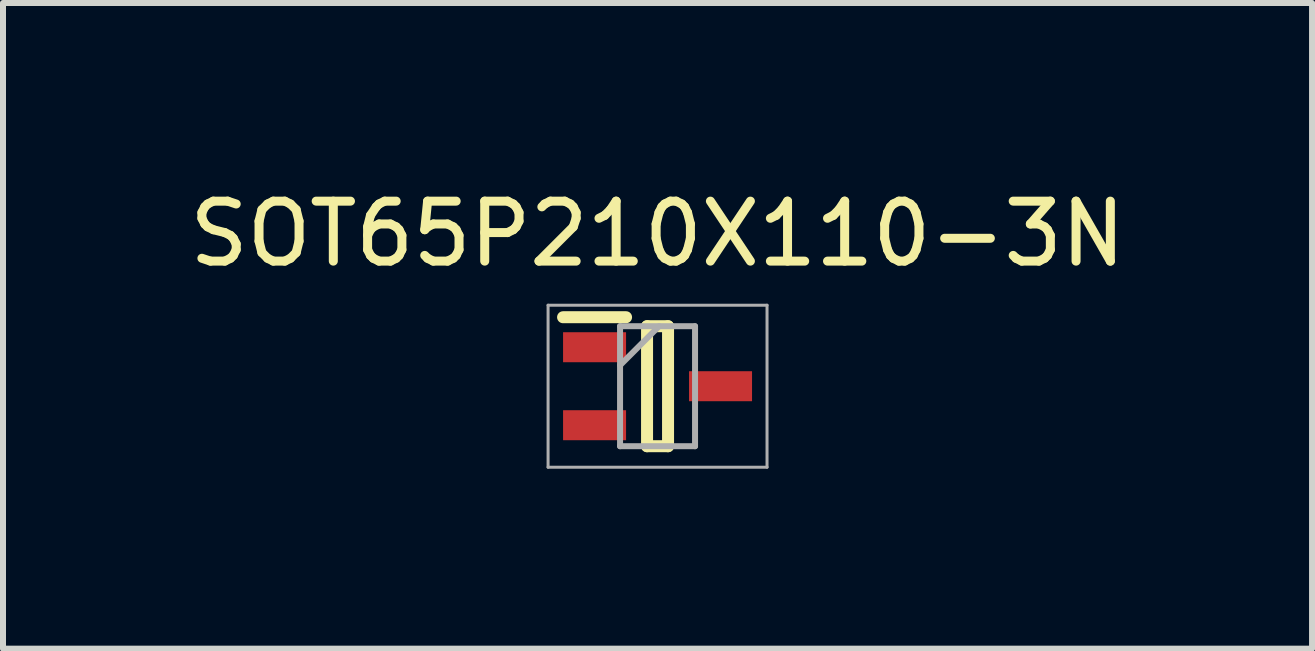
<source format=kicad_pcb>
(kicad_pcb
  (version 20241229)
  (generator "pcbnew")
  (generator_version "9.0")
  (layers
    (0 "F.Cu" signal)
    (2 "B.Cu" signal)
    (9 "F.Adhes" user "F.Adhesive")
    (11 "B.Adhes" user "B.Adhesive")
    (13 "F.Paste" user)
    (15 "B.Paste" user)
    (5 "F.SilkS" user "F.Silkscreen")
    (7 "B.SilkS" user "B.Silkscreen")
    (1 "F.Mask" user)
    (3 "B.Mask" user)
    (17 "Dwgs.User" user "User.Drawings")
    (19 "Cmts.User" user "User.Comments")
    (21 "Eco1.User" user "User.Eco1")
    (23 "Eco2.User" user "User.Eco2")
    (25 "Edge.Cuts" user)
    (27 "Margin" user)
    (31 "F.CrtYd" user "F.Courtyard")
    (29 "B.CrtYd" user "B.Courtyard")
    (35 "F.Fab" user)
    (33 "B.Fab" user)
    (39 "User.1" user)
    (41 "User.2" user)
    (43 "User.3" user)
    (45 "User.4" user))
  (footprint "SOT65P210X110-3N"
    (layer "F.Cu")
    (at 7.911 3.388)
    (property "Reference" "SOT65P210X110-3N" (at 0 -2.54 0) (layer "F.SilkS") (effects (font (size 1 1) (thickness 0.15))))
    (attr smd)
    (fp_line (start -1.575 -1.15) (end -0.525 -1.15) (stroke (width 0.2) (type solid)) (layer "F.SilkS"))
    (fp_line (start -0.175 -1) (end 0.175 -1) (stroke (width 0.2) (type solid)) (layer "F.SilkS"))
    (fp_line (start -0.175 1) (end -0.175 -1) (stroke (width 0.2) (type solid)) (layer "F.SilkS"))
    (fp_line (start 0.175 -1) (end 0.175 1) (stroke (width 0.2) (type solid)) (layer "F.SilkS"))
    (fp_line (start 0.175 1) (end -0.175 1) (stroke (width 0.2) (type solid)) (layer "F.SilkS"))
    (fp_line (start -1.825 -1.35) (end 1.825 -1.35) (stroke (width 0.05) (type solid)) (layer "F.Fab"))
    (fp_line (start -1.825 1.35) (end -1.825 -1.35) (stroke (width 0.05) (type solid)) (layer "F.Fab"))
    (fp_line (start -0.625 -1) (end 0.625 -1) (stroke (width 0.1) (type solid)) (layer "F.Fab"))
    (fp_line (start -0.625 -0.35) (end 0.025 -1) (stroke (width 0.1) (type solid)) (layer "F.Fab"))
    (fp_line (start -0.625 1) (end -0.625 -1) (stroke (width 0.1) (type solid)) (layer "F.Fab"))
    (fp_line (start 0.625 -1) (end 0.625 1) (stroke (width 0.1) (type solid)) (layer "F.Fab"))
    (fp_line (start 0.625 1) (end -0.625 1) (stroke (width 0.1) (type solid)) (layer "F.Fab"))
    (fp_line (start 1.825 -1.35) (end 1.825 1.35) (stroke (width 0.05) (type solid)) (layer "F.Fab"))
    (fp_line (start 1.825 1.35) (end -1.825 1.35) (stroke (width 0.05) (type solid)) (layer "F.Fab"))
    (pad "1" smd rect (at -1.05 -0.65) (size 1.05 0.5) (layers "F.Cu" "F.Mask" "F.Paste"))
    (pad "2" smd rect (at -1.05 0.65) (size 1.05 0.5) (layers "F.Cu" "F.Mask" "F.Paste"))
    (pad "3" smd rect (at 1.05 0) (size 1.05 0.5) (layers "F.Cu" "F.Mask" "F.Paste")))
  (gr_rect
    (start -3 -3)
    (end 18.821 7.763)
    (stroke (width 0.1) (type default))
    (fill no)
    (layer "Edge.Cuts")))
</source>
